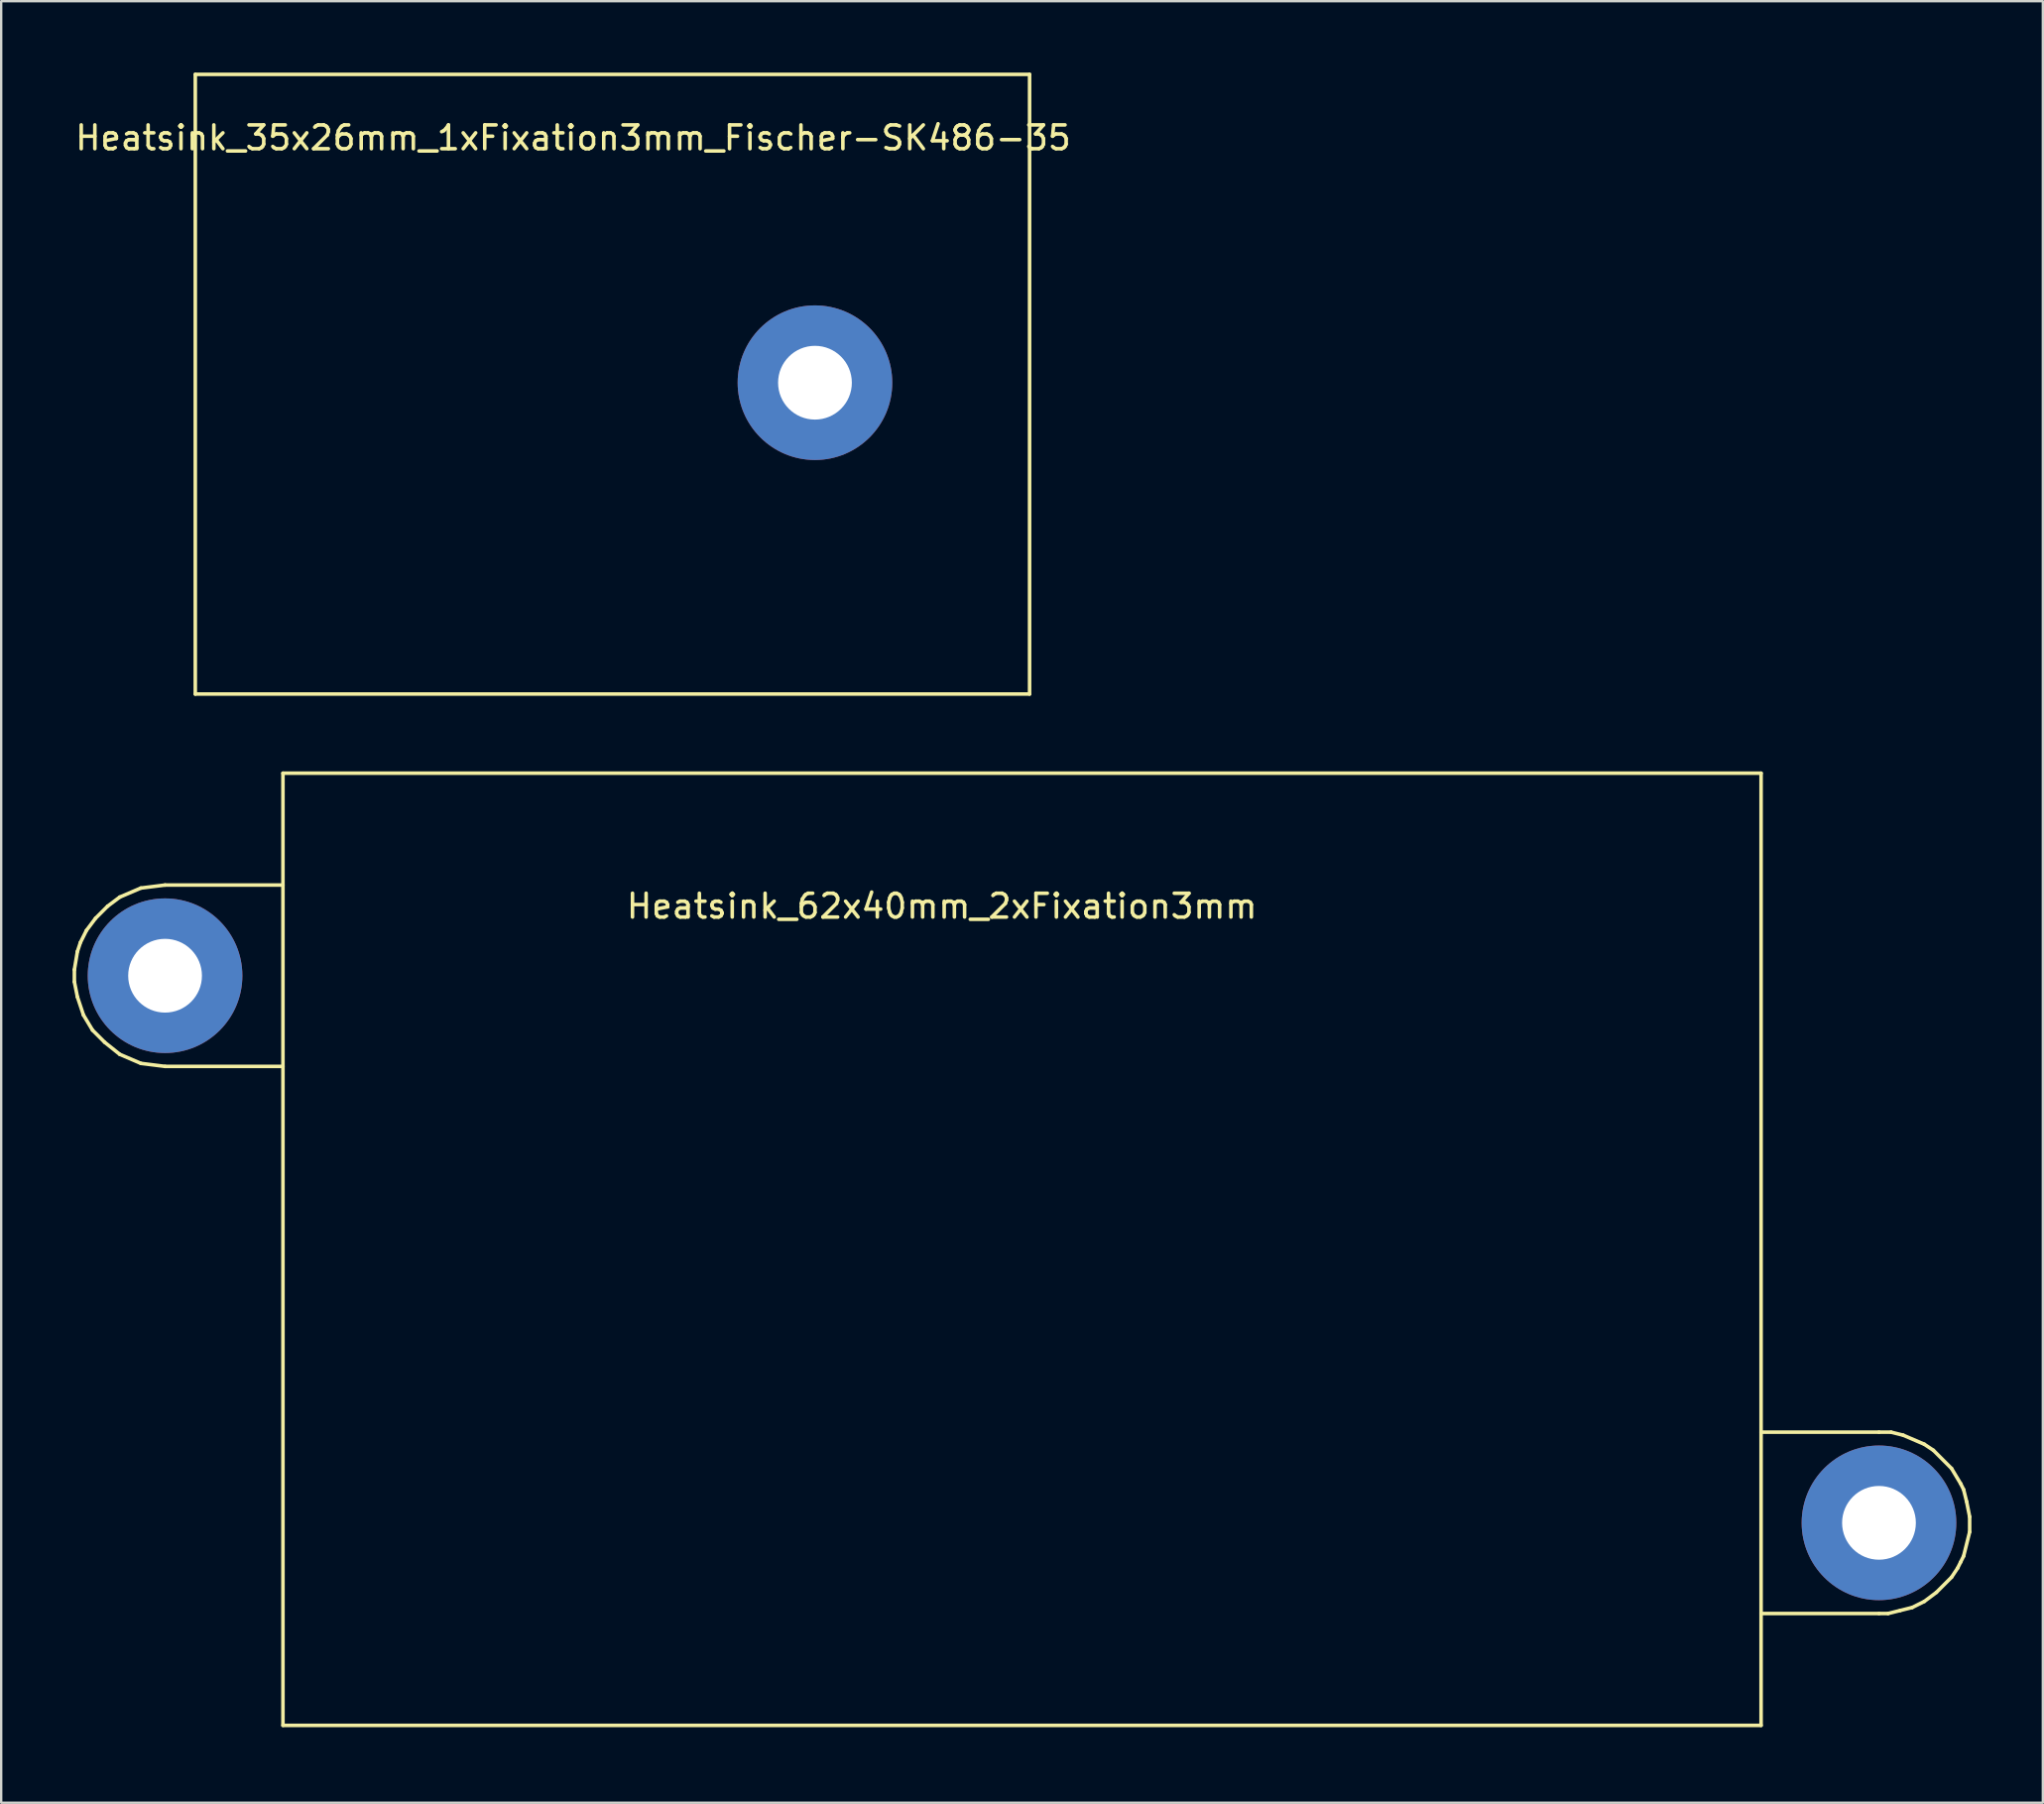
<source format=kicad_pcb>
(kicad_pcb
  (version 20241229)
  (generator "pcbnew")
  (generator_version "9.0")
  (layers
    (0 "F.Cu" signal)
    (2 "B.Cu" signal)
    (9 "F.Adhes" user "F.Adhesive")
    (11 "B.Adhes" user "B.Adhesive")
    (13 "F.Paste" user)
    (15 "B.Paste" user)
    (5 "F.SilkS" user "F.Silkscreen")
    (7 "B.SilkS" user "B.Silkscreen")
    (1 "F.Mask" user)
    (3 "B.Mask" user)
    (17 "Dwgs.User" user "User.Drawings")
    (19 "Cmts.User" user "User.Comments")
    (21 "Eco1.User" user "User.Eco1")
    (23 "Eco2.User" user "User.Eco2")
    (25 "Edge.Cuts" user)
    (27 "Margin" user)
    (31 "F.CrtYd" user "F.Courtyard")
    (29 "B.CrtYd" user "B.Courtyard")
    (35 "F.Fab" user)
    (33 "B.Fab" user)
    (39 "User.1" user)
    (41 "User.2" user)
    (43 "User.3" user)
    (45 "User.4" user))
  (footprint "Heatsink_62x40mm_2xFixation3mm"
    (layer "F.Cu")
    (at 8.838 69.44)
    (property "Reference" "Heatsink_62x40mm_2xFixation3mm" (at 27.686 -34.417 0) (layer "F.SilkS") (effects (font (size 1 1) (thickness 0.15))))
    (attr through_hole)
    (fp_line (start -8.763 -31.75) (end -8.763 -31.242) (stroke (width 0.15) (type solid)) (layer "F.SilkS"))
    (fp_line (start -8.763 -31.242) (end -8.636 -30.607) (stroke (width 0.15) (type solid)) (layer "F.SilkS"))
    (fp_line (start -8.636 -32.512) (end -8.763 -31.75) (stroke (width 0.15) (type solid)) (layer "F.SilkS"))
    (fp_line (start -8.636 -30.607) (end -8.382 -29.845) (stroke (width 0.15) (type solid)) (layer "F.SilkS"))
    (fp_line (start -8.509 -32.893) (end -8.636 -32.512) (stroke (width 0.15) (type solid)) (layer "F.SilkS"))
    (fp_line (start -8.382 -29.845) (end -8.001 -29.21) (stroke (width 0.15) (type solid)) (layer "F.SilkS"))
    (fp_line (start -8.255 -33.401) (end -8.509 -32.893) (stroke (width 0.15) (type solid)) (layer "F.SilkS"))
    (fp_line (start -8.001 -29.21) (end -7.493 -28.702) (stroke (width 0.15) (type solid)) (layer "F.SilkS"))
    (fp_line (start -7.874 -33.909) (end -8.255 -33.401) (stroke (width 0.15) (type solid)) (layer "F.SilkS"))
    (fp_line (start -7.493 -28.702) (end -6.858 -28.194) (stroke (width 0.15) (type solid)) (layer "F.SilkS"))
    (fp_line (start -7.366 -34.417) (end -7.874 -33.909) (stroke (width 0.15) (type solid)) (layer "F.SilkS"))
    (fp_line (start -6.858 -34.798) (end -7.366 -34.417) (stroke (width 0.15) (type solid)) (layer "F.SilkS"))
    (fp_line (start -6.858 -28.194) (end -5.969 -27.813) (stroke (width 0.15) (type solid)) (layer "F.SilkS"))
    (fp_line (start -5.969 -35.179) (end -6.858 -34.798) (stroke (width 0.15) (type solid)) (layer "F.SilkS"))
    (fp_line (start -5.969 -27.813) (end -4.953 -27.686) (stroke (width 0.15) (type solid)) (layer "F.SilkS"))
    (fp_line (start -4.953 -35.306) (end -5.969 -35.179) (stroke (width 0.15) (type solid)) (layer "F.SilkS"))
    (fp_line (start -4.953 -35.306) (end 0 -35.306) (stroke (width 0.15) (type solid)) (layer "F.SilkS"))
    (fp_line (start 0 -40.005) (end 0 0) (stroke (width 0.15) (type solid)) (layer "F.SilkS"))
    (fp_line (start 0 -27.686) (end -4.953 -27.686) (stroke (width 0.15) (type solid)) (layer "F.SilkS"))
    (fp_line (start 0 0) (end 62.103 0) (stroke (width 0.15) (type solid)) (layer "F.SilkS"))
    (fp_line (start 62.103 -40.005) (end 0 -40.005) (stroke (width 0.15) (type solid)) (layer "F.SilkS"))
    (fp_line (start 62.103 0) (end 62.103 -40.005) (stroke (width 0.15) (type solid)) (layer "F.SilkS"))
    (fp_line (start 67.056 -12.319) (end 62.103 -12.319) (stroke (width 0.15) (type solid)) (layer "F.SilkS"))
    (fp_line (start 67.056 -12.319) (end 67.564 -12.319) (stroke (width 0.15) (type solid)) (layer "F.SilkS"))
    (fp_line (start 67.056 -4.699) (end 62.103 -4.699) (stroke (width 0.15) (type solid)) (layer "F.SilkS"))
    (fp_line (start 67.437 -4.699) (end 67.056 -4.699) (stroke (width 0.15) (type solid)) (layer "F.SilkS"))
    (fp_line (start 67.564 -12.319) (end 68.072 -12.192) (stroke (width 0.15) (type solid)) (layer "F.SilkS"))
    (fp_line (start 67.945 -4.826) (end 67.437 -4.699) (stroke (width 0.15) (type solid)) (layer "F.SilkS"))
    (fp_line (start 68.072 -12.192) (end 68.961 -11.811) (stroke (width 0.15) (type solid)) (layer "F.SilkS"))
    (fp_line (start 68.453 -4.953) (end 67.945 -4.826) (stroke (width 0.15) (type solid)) (layer "F.SilkS"))
    (fp_line (start 68.961 -11.811) (end 69.342 -11.557) (stroke (width 0.15) (type solid)) (layer "F.SilkS"))
    (fp_line (start 68.961 -5.207) (end 68.453 -4.953) (stroke (width 0.15) (type solid)) (layer "F.SilkS"))
    (fp_line (start 69.342 -11.557) (end 70.104 -10.795) (stroke (width 0.15) (type solid)) (layer "F.SilkS"))
    (fp_line (start 69.469 -5.588) (end 68.961 -5.207) (stroke (width 0.15) (type solid)) (layer "F.SilkS"))
    (fp_line (start 70.104 -10.795) (end 70.485 -10.16) (stroke (width 0.15) (type solid)) (layer "F.SilkS"))
    (fp_line (start 70.104 -6.223) (end 69.469 -5.588) (stroke (width 0.15) (type solid)) (layer "F.SilkS"))
    (fp_line (start 70.358 -6.604) (end 70.104 -6.223) (stroke (width 0.15) (type solid)) (layer "F.SilkS"))
    (fp_line (start 70.485 -10.16) (end 70.612 -9.906) (stroke (width 0.15) (type solid)) (layer "F.SilkS"))
    (fp_line (start 70.485 -6.858) (end 70.358 -6.604) (stroke (width 0.15) (type solid)) (layer "F.SilkS"))
    (fp_line (start 70.612 -9.906) (end 70.739 -9.398) (stroke (width 0.15) (type solid)) (layer "F.SilkS"))
    (fp_line (start 70.612 -7.112) (end 70.485 -6.858) (stroke (width 0.15) (type solid)) (layer "F.SilkS"))
    (fp_line (start 70.739 -9.398) (end 70.866 -8.763) (stroke (width 0.15) (type solid)) (layer "F.SilkS"))
    (fp_line (start 70.866 -8.763) (end 70.866 -8.128) (stroke (width 0.15) (type solid)) (layer "F.SilkS"))
    (fp_line (start 70.866 -8.128) (end 70.612 -7.112) (stroke (width 0.15) (type solid)) (layer "F.SilkS"))
    (pad "1" thru_hole circle (at -4.953 -31.496) (size 6.497 6.497) (drill 3.099) (layers "*.Cu" "*.Mask"))
    (pad "1" thru_hole circle (at 67.056 -8.509) (size 6.497 6.497) (drill 3.099) (layers "*.Cu" "*.Mask")))
  (footprint "Heatsink_35x26mm_1xFixation3mm_Fischer-SK486-35"
    (layer "F.Cu")
    (at 5.155 26.11)
    (property "Reference" "Heatsink_35x26mm_1xFixation3mm_Fischer-SK486-35" (at 15.875 -23.368 0) (layer "F.SilkS") (effects (font (size 1 1) (thickness 0.15))))
    (attr through_hole)
    (fp_line (start 0 -26.035) (end 0 0) (stroke (width 0.15) (type solid)) (layer "F.SilkS"))
    (fp_line (start 0 0) (end 35.052 0) (stroke (width 0.15) (type solid)) (layer "F.SilkS"))
    (fp_line (start 35.052 -26.035) (end 0 -26.035) (stroke (width 0.15) (type solid)) (layer "F.SilkS"))
    (fp_line (start 35.052 0) (end 35.052 -26.035) (stroke (width 0.15) (type solid)) (layer "F.SilkS"))
    (pad "1" thru_hole circle (at 26.035 -13.081) (size 6.497 6.497) (drill 3.099) (layers "*.Cu" "*.Mask")))
  (gr_rect
    (start -3 -3)
    (end 82.779 72.69)
    (stroke (width 0.1) (type default))
    (fill no)
    (layer "Edge.Cuts")))
</source>
